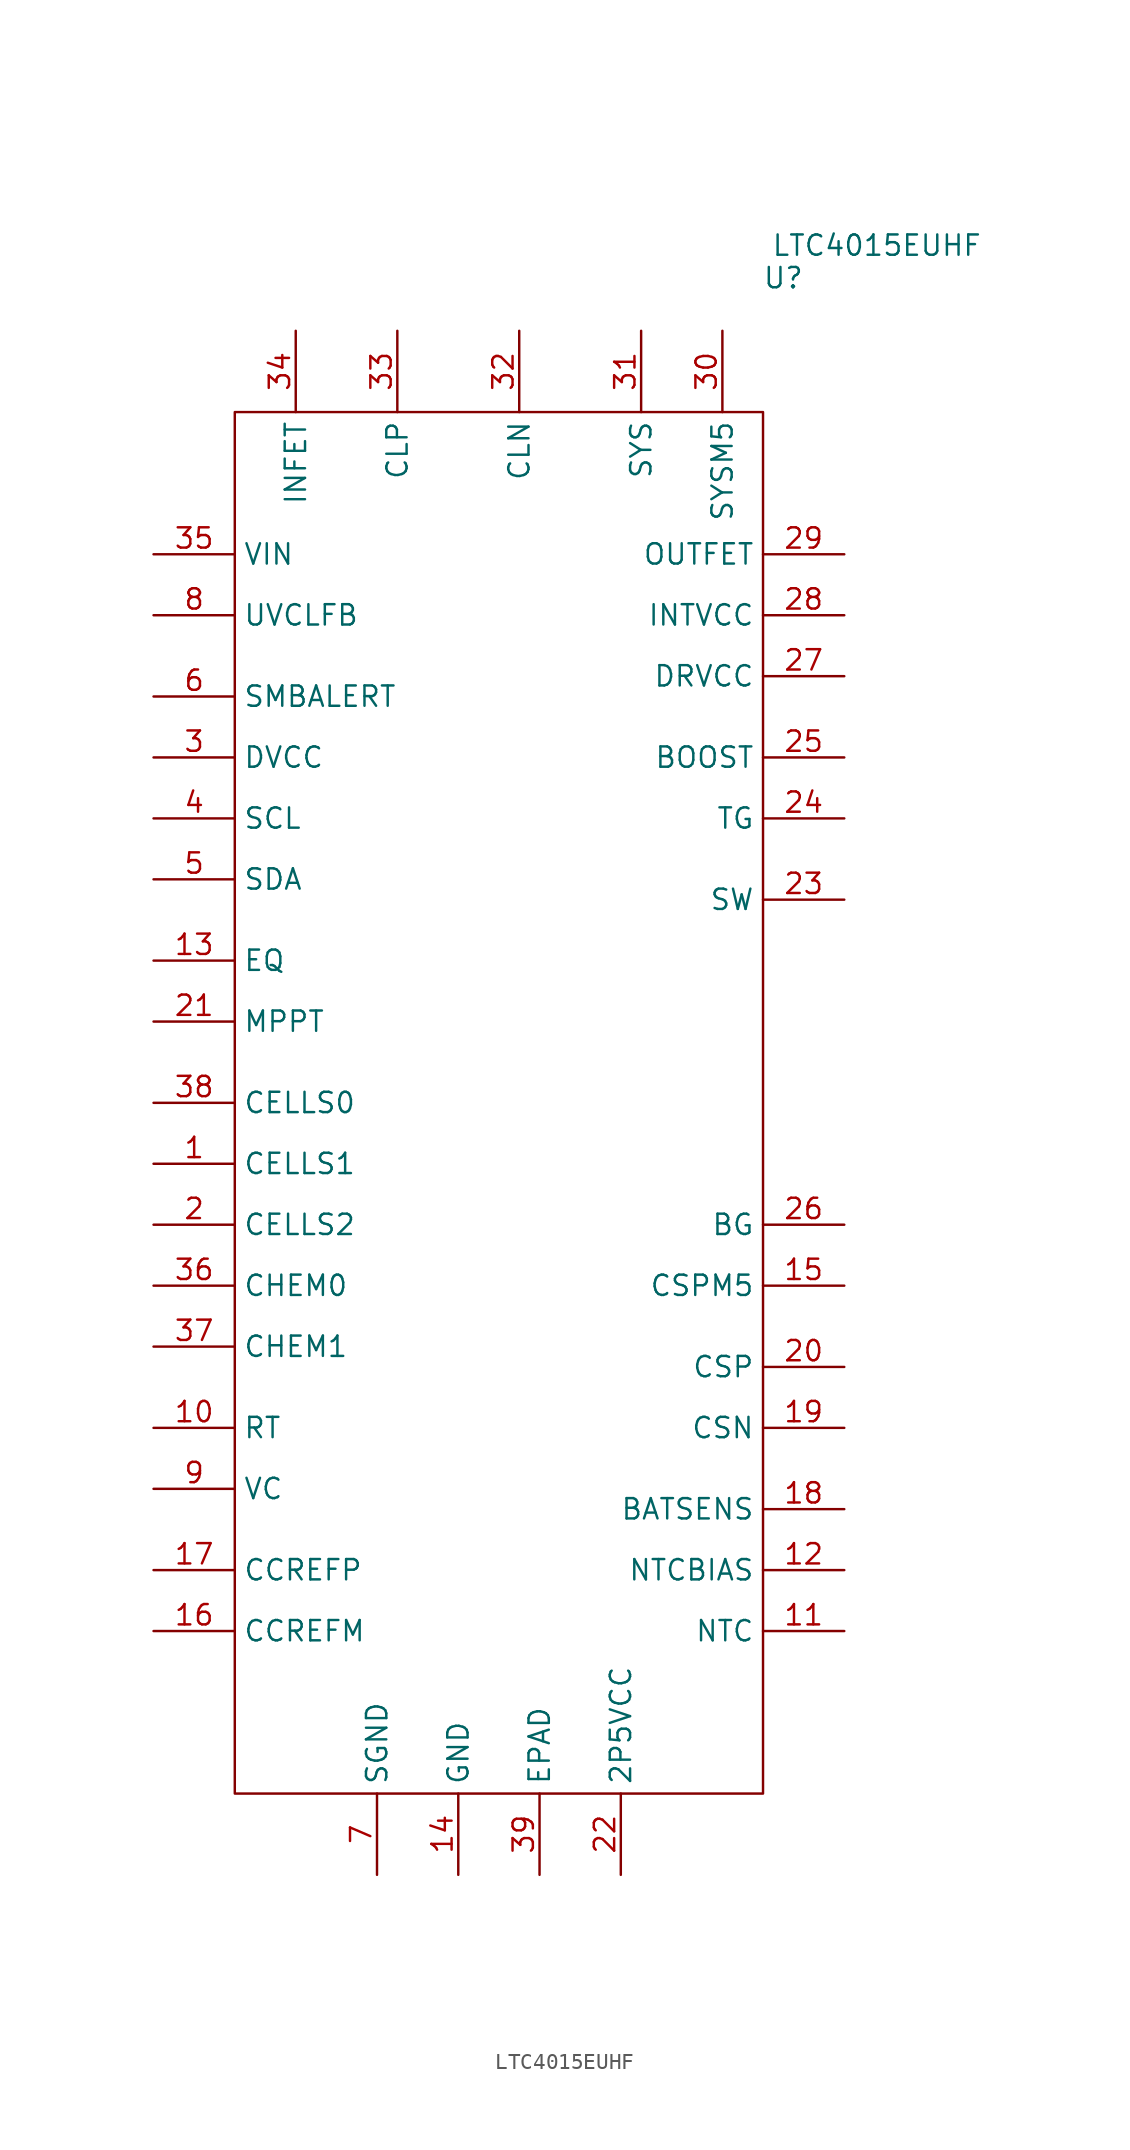
<source format=kicad_sym>
(kicad_symbol_lib
  (version 20241209)
  (generator "kicad_symbol_editor")
  (generator_version "9.0")
  (symbol "LTC4015EUHF"
    (property "Reference" "U"
      (at 17.78 5.842 0)
      (effects (font (size 1.27 1.27))))
    (property "Value" "LTC4015EUHF"
      (at 23.622 7.874 0)
      (effects (font (size 1.27 1.27))))
    (symbol "LTC4015EUHF_0_1"
      (rectangle (start -16.51 -2.54) (end 16.51 -88.9) (stroke (width 0) (type default)) (fill (type none))))
    (symbol "LTC4015EUHF_1_1"
      (pin power_in line (at -21.59 -11.43 0) (length 5.08) (name "VIN" (effects (font (size 1.27 1.27)))) (number "35" (effects (font (size 1.27 1.27)))))
      (pin bidirectional line (at -21.59 -15.24 0) (length 5.08) (name "UVCLFB" (effects (font (size 1.27 1.27)))) (number "8" (effects (font (size 1.27 1.27)))))
      (pin bidirectional line (at -21.59 -20.32 0) (length 5.08) (name "SMBALERT" (effects (font (size 1.27 1.27)))) (number "6" (effects (font (size 1.27 1.27)))))
      (pin power_in line (at -21.59 -24.13 0) (length 5.08) (name "DVCC" (effects (font (size 1.27 1.27)))) (number "3" (effects (font (size 1.27 1.27)))))
      (pin input line (at -21.59 -27.94 0) (length 5.08) (name "SCL" (effects (font (size 1.27 1.27)))) (number "4" (effects (font (size 1.27 1.27)))))
      (pin bidirectional line (at -21.59 -31.75 0) (length 5.08) (name "SDA" (effects (font (size 1.27 1.27)))) (number "5" (effects (font (size 1.27 1.27)))))
      (pin input line (at -21.59 -36.83 0) (length 5.08) (name "EQ" (effects (font (size 1.27 1.27)))) (number "13" (effects (font (size 1.27 1.27)))))
      (pin input line (at -21.59 -40.64 0) (length 5.08) (name "MPPT" (effects (font (size 1.27 1.27)))) (number "21" (effects (font (size 1.27 1.27)))))
      (pin input line (at -21.59 -45.72 0) (length 5.08) (name "CELLS0" (effects (font (size 1.27 1.27)))) (number "38" (effects (font (size 1.27 1.27)))))
      (pin input line (at -21.59 -49.53 0) (length 5.08) (name "CELLS1" (effects (font (size 1.27 1.27)))) (number "1" (effects (font (size 1.27 1.27)))))
      (pin input line (at -21.59 -53.34 0) (length 5.08) (name "CELLS2" (effects (font (size 1.27 1.27)))) (number "2" (effects (font (size 1.27 1.27)))))
      (pin input line (at -21.59 -57.15 0) (length 5.08) (name "CHEM0" (effects (font (size 1.27 1.27)))) (number "36" (effects (font (size 1.27 1.27)))))
      (pin input line (at -21.59 -60.96 0) (length 5.08) (name "CHEM1" (effects (font (size 1.27 1.27)))) (number "37" (effects (font (size 1.27 1.27)))))
      (pin power_in line (at -21.59 -66.04 0) (length 5.08) (name "RT" (effects (font (size 1.27 1.27)))) (number "10" (effects (font (size 1.27 1.27)))))
      (pin power_in line (at -21.59 -69.85 0) (length 5.08) (name "VC" (effects (font (size 1.27 1.27)))) (number "9" (effects (font (size 1.27 1.27)))))
      (pin bidirectional line (at -21.59 -74.93 0) (length 5.08) (name "CCREFP" (effects (font (size 1.27 1.27)))) (number "17" (effects (font (size 1.27 1.27)))))
      (pin bidirectional line (at -21.59 -78.74 0) (length 5.08) (name "CCREFM" (effects (font (size 1.27 1.27)))) (number "16" (effects (font (size 1.27 1.27)))))
      (pin input line (at -12.7 2.54 270) (length 5.08) (name "INFET" (effects (font (size 1.27 1.27)))) (number "34" (effects (font (size 1.27 1.27)))))
      (pin power_out line (at -7.62 -93.98 90) (length 5.08) (name "SGND" (effects (font (size 1.27 1.27)))) (number "7" (effects (font (size 1.27 1.27)))))
      (pin bidirectional line (at -6.35 2.54 270) (length 5.08) (name "CLP" (effects (font (size 1.27 1.27)))) (number "33" (effects (font (size 1.27 1.27)))))
      (pin power_out line (at -2.54 -93.98 90) (length 5.08) (name "GND" (effects (font (size 1.27 1.27)))) (number "14" (effects (font (size 1.27 1.27)))))
      (pin bidirectional line (at 1.27 2.54 270) (length 5.08) (name "CLN" (effects (font (size 1.27 1.27)))) (number "32" (effects (font (size 1.27 1.27)))))
      (pin power_out line (at 2.54 -93.98 90) (length 5.08) (name "EPAD" (effects (font (size 1.27 1.27)))) (number "39" (effects (font (size 1.27 1.27)))))
      (pin power_out line (at 7.62 -93.98 90) (length 5.08) (name "2P5VCC" (effects (font (size 1.27 1.27)))) (number "22" (effects (font (size 1.27 1.27)))))
      (pin input line (at 8.89 2.54 270) (length 5.08) (name "SYS" (effects (font (size 1.27 1.27)))) (number "31" (effects (font (size 1.27 1.27)))))
      (pin input line (at 13.97 2.54 270) (length 5.08) (name "SYSM5" (effects (font (size 1.27 1.27)))) (number "30" (effects (font (size 1.27 1.27)))))
      (pin output line (at 21.59 -11.43 180) (length 5.08) (name "OUTFET" (effects (font (size 1.27 1.27)))) (number "29" (effects (font (size 1.27 1.27)))))
      (pin power_out line (at 21.59 -15.24 180) (length 5.08) (name "INTVCC" (effects (font (size 1.27 1.27)))) (number "28" (effects (font (size 1.27 1.27)))))
      (pin power_in line (at 21.59 -19.05 180) (length 5.08) (name "DRVCC" (effects (font (size 1.27 1.27)))) (number "27" (effects (font (size 1.27 1.27)))))
      (pin bidirectional line (at 21.59 -24.13 180) (length 5.08) (name "BOOST" (effects (font (size 1.27 1.27)))) (number "25" (effects (font (size 1.27 1.27)))))
      (pin bidirectional line (at 21.59 -27.94 180) (length 5.08) (name "TG" (effects (font (size 1.27 1.27)))) (number "24" (effects (font (size 1.27 1.27)))))
      (pin bidirectional line (at 21.59 -33.02 180) (length 5.08) (name "SW" (effects (font (size 1.27 1.27)))) (number "23" (effects (font (size 1.27 1.27)))))
      (pin output line (at 21.59 -53.34 180) (length 5.08) (name "BG" (effects (font (size 1.27 1.27)))) (number "26" (effects (font (size 1.27 1.27)))))
      (pin power_out line (at 21.59 -57.15 180) (length 5.08) (name "CSPM5" (effects (font (size 1.27 1.27)))) (number "15" (effects (font (size 1.27 1.27)))))
      (pin input line (at 21.59 -62.23 180) (length 5.08) (name "CSP" (effects (font (size 1.27 1.27)))) (number "20" (effects (font (size 1.27 1.27)))))
      (pin input line (at 21.59 -66.04 180) (length 5.08) (name "CSN" (effects (font (size 1.27 1.27)))) (number "19" (effects (font (size 1.27 1.27)))))
      (pin input line (at 21.59 -71.12 180) (length 5.08) (name "BATSENS" (effects (font (size 1.27 1.27)))) (number "18" (effects (font (size 1.27 1.27)))))
      (pin output line (at 21.59 -74.93 180) (length 5.08) (name "NTCBIAS" (effects (font (size 1.27 1.27)))) (number "12" (effects (font (size 1.27 1.27)))))
      (pin input line (at 21.59 -78.74 180) (length 5.08) (name "NTC" (effects (font (size 1.27 1.27)))) (number "11" (effects (font (size 1.27 1.27))))))))
</source>
